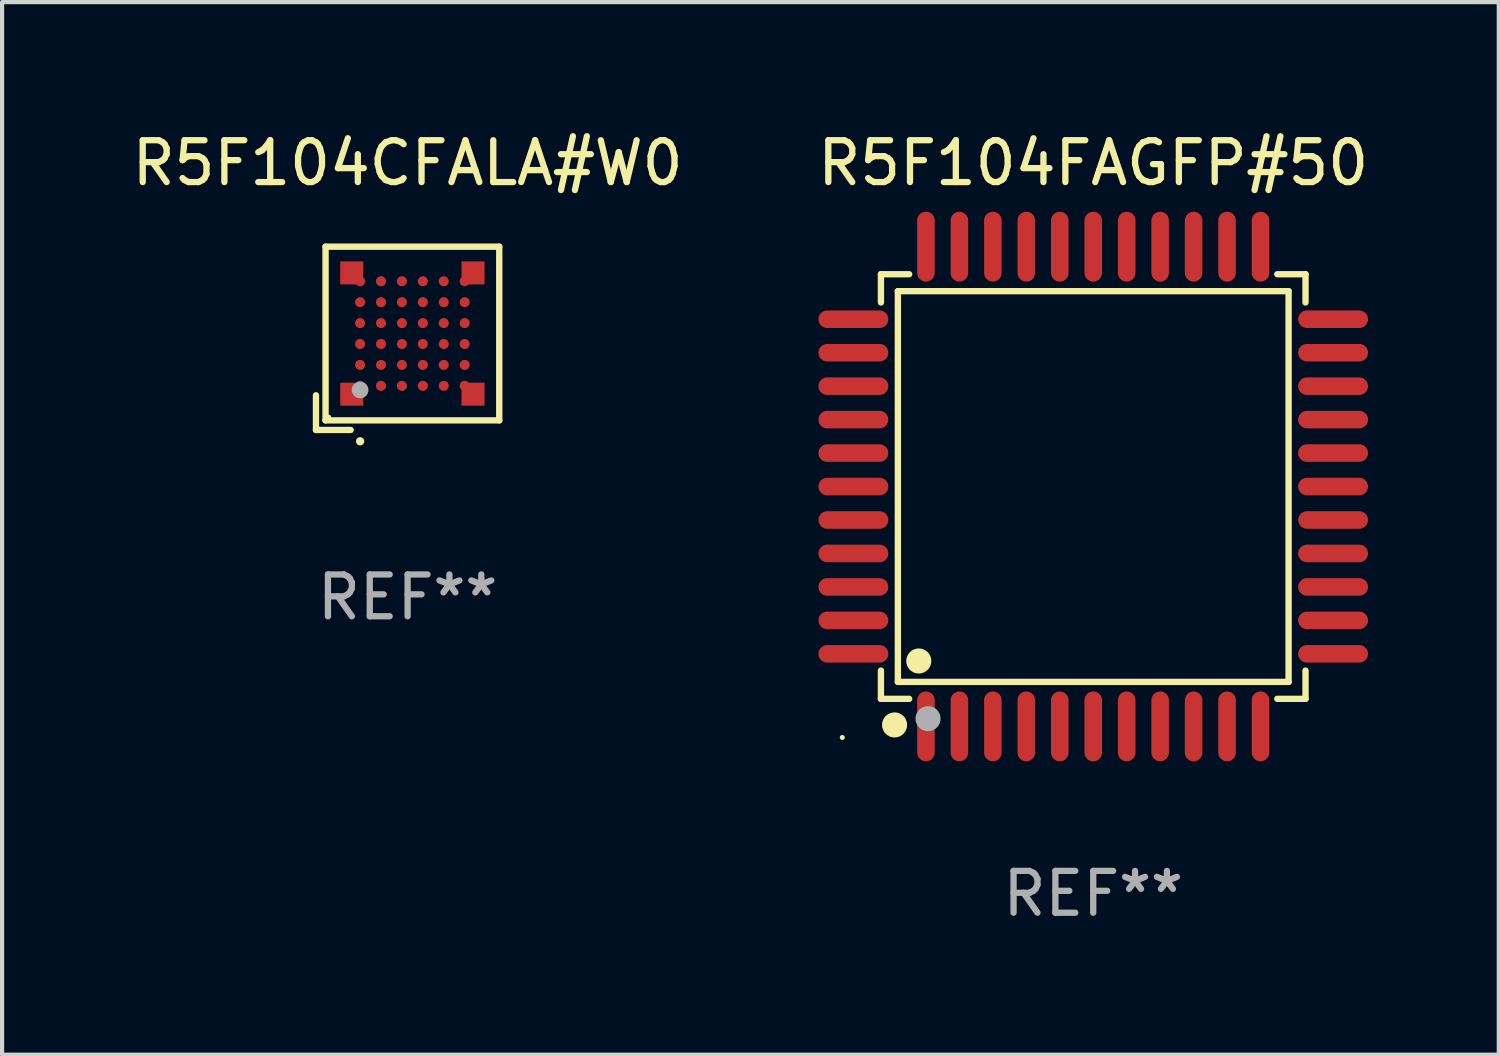
<source format=kicad_pcb>
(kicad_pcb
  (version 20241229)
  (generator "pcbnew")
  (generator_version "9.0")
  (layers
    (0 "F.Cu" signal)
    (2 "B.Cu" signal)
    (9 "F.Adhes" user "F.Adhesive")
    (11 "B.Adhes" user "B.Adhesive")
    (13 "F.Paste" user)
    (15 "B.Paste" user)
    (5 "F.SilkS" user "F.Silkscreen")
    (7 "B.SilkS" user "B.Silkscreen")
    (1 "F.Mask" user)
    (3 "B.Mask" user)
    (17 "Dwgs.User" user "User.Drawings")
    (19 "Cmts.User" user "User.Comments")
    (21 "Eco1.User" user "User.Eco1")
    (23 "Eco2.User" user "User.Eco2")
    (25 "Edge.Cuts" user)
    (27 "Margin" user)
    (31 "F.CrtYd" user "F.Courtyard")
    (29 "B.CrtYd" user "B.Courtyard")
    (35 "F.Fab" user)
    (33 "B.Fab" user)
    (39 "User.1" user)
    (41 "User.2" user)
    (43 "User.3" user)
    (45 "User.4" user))
  (footprint "R5F104FAGFP#50"
    (layer "F.Cu")
    (at 23.089 8.583)
    (property "Reference" "R5F104FAGFP#50" (at 0 -7.735 0) (layer "F.SilkS") (effects (font (size 1 1) (thickness 0.15))))
    (attr through_hole)
    (fp_line (start -5.076 -5.076) (end -4.401 -5.076) (stroke (width 0.152) (type solid)) (layer "F.SilkS"))
    (fp_line (start -5.076 -4.401) (end -5.076 -5.076) (stroke (width 0.152) (type solid)) (layer "F.SilkS"))
    (fp_line (start -5.076 4.401) (end -5.076 5.076) (stroke (width 0.152) (type solid)) (layer "F.SilkS"))
    (fp_line (start -5.076 5.076) (end -4.401 5.076) (stroke (width 0.152) (type solid)) (layer "F.SilkS"))
    (fp_line (start -4.671 -4.671) (end 4.671 -4.671) (stroke (width 0.152) (type solid)) (layer "F.SilkS"))
    (fp_line (start -4.671 4.671) (end -4.671 -4.671) (stroke (width 0.152) (type solid)) (layer "F.SilkS"))
    (fp_line (start 4.671 -4.671) (end 4.671 4.671) (stroke (width 0.152) (type solid)) (layer "F.SilkS"))
    (fp_line (start 4.671 4.671) (end -4.671 4.671) (stroke (width 0.152) (type solid)) (layer "F.SilkS"))
    (fp_line (start 5.076 -5.076) (end 4.401 -5.076) (stroke (width 0.152) (type solid)) (layer "F.SilkS"))
    (fp_line (start 5.076 -4.401) (end 5.076 -5.076) (stroke (width 0.152) (type solid)) (layer "F.SilkS"))
    (fp_line (start 5.076 4.401) (end 5.076 5.076) (stroke (width 0.152) (type solid)) (layer "F.SilkS"))
    (fp_line (start 5.076 5.076) (end 4.401 5.076) (stroke (width 0.152) (type solid)) (layer "F.SilkS"))
    (fp_circle (center -6 6) (end -5.97 6) (stroke (width 0.06) (type solid)) (fill no) (layer "F.SilkS"))
    (fp_circle (center -4.75 5.7) (end -4.6 5.7) (stroke (width 0.3) (type solid)) (fill no) (layer "F.SilkS"))
    (fp_circle (center -4.171 4.171) (end -4.021 4.171) (stroke (width 0.3) (type solid)) (fill no) (layer "F.SilkS"))
    (fp_circle (center -3.95 5.55) (end -3.8 5.55) (stroke (width 0.3) (type solid)) (fill no) (layer "F.Fab"))
    (fp_text user "REF**" (at 0 9.735 0) (layer "F.Fab") (effects (font (size 1 1) (thickness 0.15))))
    (pad "1" smd oval (at -4 5.735) (size 0.42 1.67) (layers "F.Cu" "F.Mask" "F.Paste"))
    (pad "2" smd oval (at -3.2 5.735) (size 0.42 1.67) (layers "F.Cu" "F.Mask" "F.Paste"))
    (pad "3" smd oval (at -2.4 5.735) (size 0.42 1.67) (layers "F.Cu" "F.Mask" "F.Paste"))
    (pad "4" smd oval (at -1.6 5.735) (size 0.42 1.67) (layers "F.Cu" "F.Mask" "F.Paste"))
    (pad "5" smd oval (at -0.8 5.735) (size 0.42 1.67) (layers "F.Cu" "F.Mask" "F.Paste"))
    (pad "6" smd oval (at 0 5.735) (size 0.42 1.67) (layers "F.Cu" "F.Mask" "F.Paste"))
    (pad "7" smd oval (at 0.8 5.735) (size 0.42 1.67) (layers "F.Cu" "F.Mask" "F.Paste"))
    (pad "8" smd oval (at 1.6 5.735) (size 0.42 1.67) (layers "F.Cu" "F.Mask" "F.Paste"))
    (pad "9" smd oval (at 2.4 5.735) (size 0.42 1.67) (layers "F.Cu" "F.Mask" "F.Paste"))
    (pad "10" smd oval (at 3.2 5.735) (size 0.42 1.67) (layers "F.Cu" "F.Mask" "F.Paste"))
    (pad "11" smd oval (at 4 5.735) (size 0.42 1.67) (layers "F.Cu" "F.Mask" "F.Paste"))
    (pad "12" smd oval (at 5.735 4) (size 1.67 0.42) (layers "F.Cu" "F.Mask" "F.Paste"))
    (pad "13" smd oval (at 5.735 3.2) (size 1.67 0.42) (layers "F.Cu" "F.Mask" "F.Paste"))
    (pad "14" smd oval (at 5.735 2.4) (size 1.67 0.42) (layers "F.Cu" "F.Mask" "F.Paste"))
    (pad "15" smd oval (at 5.735 1.6) (size 1.67 0.42) (layers "F.Cu" "F.Mask" "F.Paste"))
    (pad "16" smd oval (at 5.735 0.8) (size 1.67 0.42) (layers "F.Cu" "F.Mask" "F.Paste"))
    (pad "17" smd oval (at 5.735 0) (size 1.67 0.42) (layers "F.Cu" "F.Mask" "F.Paste"))
    (pad "18" smd oval (at 5.735 -0.8) (size 1.67 0.42) (layers "F.Cu" "F.Mask" "F.Paste"))
    (pad "19" smd oval (at 5.735 -1.6) (size 1.67 0.42) (layers "F.Cu" "F.Mask" "F.Paste"))
    (pad "20" smd oval (at 5.735 -2.4) (size 1.67 0.42) (layers "F.Cu" "F.Mask" "F.Paste"))
    (pad "21" smd oval (at 5.735 -3.2) (size 1.67 0.42) (layers "F.Cu" "F.Mask" "F.Paste"))
    (pad "22" smd oval (at 5.735 -4) (size 1.67 0.42) (layers "F.Cu" "F.Mask" "F.Paste"))
    (pad "23" smd oval (at 4 -5.735) (size 0.42 1.67) (layers "F.Cu" "F.Mask" "F.Paste"))
    (pad "24" smd oval (at 3.2 -5.735) (size 0.42 1.67) (layers "F.Cu" "F.Mask" "F.Paste"))
    (pad "25" smd oval (at 2.4 -5.735) (size 0.42 1.67) (layers "F.Cu" "F.Mask" "F.Paste"))
    (pad "26" smd oval (at 1.6 -5.735) (size 0.42 1.67) (layers "F.Cu" "F.Mask" "F.Paste"))
    (pad "27" smd oval (at 0.8 -5.735) (size 0.42 1.67) (layers "F.Cu" "F.Mask" "F.Paste"))
    (pad "28" smd oval (at 0 -5.735) (size 0.42 1.67) (layers "F.Cu" "F.Mask" "F.Paste"))
    (pad "29" smd oval (at -0.8 -5.735) (size 0.42 1.67) (layers "F.Cu" "F.Mask" "F.Paste"))
    (pad "30" smd oval (at -1.6 -5.735) (size 0.42 1.67) (layers "F.Cu" "F.Mask" "F.Paste"))
    (pad "31" smd oval (at -2.4 -5.735) (size 0.42 1.67) (layers "F.Cu" "F.Mask" "F.Paste"))
    (pad "32" smd oval (at -3.2 -5.735) (size 0.42 1.67) (layers "F.Cu" "F.Mask" "F.Paste"))
    (pad "33" smd oval (at -4 -5.735) (size 0.42 1.67) (layers "F.Cu" "F.Mask" "F.Paste"))
    (pad "34" smd oval (at -5.735 -4) (size 1.67 0.42) (layers "F.Cu" "F.Mask" "F.Paste"))
    (pad "35" smd oval (at -5.735 -3.2) (size 1.67 0.42) (layers "F.Cu" "F.Mask" "F.Paste"))
    (pad "36" smd oval (at -5.735 -2.4) (size 1.67 0.42) (layers "F.Cu" "F.Mask" "F.Paste"))
    (pad "37" smd oval (at -5.735 -1.6) (size 1.67 0.42) (layers "F.Cu" "F.Mask" "F.Paste"))
    (pad "38" smd oval (at -5.735 -0.8) (size 1.67 0.42) (layers "F.Cu" "F.Mask" "F.Paste"))
    (pad "39" smd oval (at -5.735 0) (size 1.67 0.42) (layers "F.Cu" "F.Mask" "F.Paste"))
    (pad "40" smd oval (at -5.735 0.8) (size 1.67 0.42) (layers "F.Cu" "F.Mask" "F.Paste"))
    (pad "41" smd oval (at -5.735 1.6) (size 1.67 0.42) (layers "F.Cu" "F.Mask" "F.Paste"))
    (pad "42" smd oval (at -5.735 2.4) (size 1.67 0.42) (layers "F.Cu" "F.Mask" "F.Paste"))
    (pad "43" smd oval (at -5.735 3.2) (size 1.67 0.42) (layers "F.Cu" "F.Mask" "F.Paste"))
    (pad "44" smd oval (at -5.735 4) (size 1.67 0.42) (layers "F.Cu" "F.Mask" "F.Paste")))
  (footprint "R5F104CFALA#W0"
    (layer "F.Cu")
    (at 6.696 5.039)
    (property "Reference" "R5F104CFALA#W0" (at 0 -4.191 0) (layer "F.SilkS") (effects (font (size 1 1) (thickness 0.15))))
    (attr through_hole)
    (fp_line (start -2.191 1.362) (end -2.191 2.191) (stroke (width 0.152) (type solid)) (layer "F.SilkS"))
    (fp_line (start -2.191 2.191) (end -1.362 2.191) (stroke (width 0.152) (type solid)) (layer "F.SilkS"))
    (fp_line (start -1.962 -2.191) (end 2.191 -2.191) (stroke (width 0.152) (type solid)) (layer "F.SilkS"))
    (fp_line (start -1.962 1.962) (end -1.962 -2.191) (stroke (width 0.152) (type solid)) (layer "F.SilkS"))
    (fp_line (start 2.191 -2.191) (end 2.191 1.962) (stroke (width 0.152) (type solid)) (layer "F.SilkS"))
    (fp_line (start 2.191 1.962) (end -1.962 1.962) (stroke (width 0.152) (type solid)) (layer "F.SilkS"))
    (fp_circle (center -1.886 1.886) (end -1.856 1.886) (stroke (width 0.06) (type solid)) (fill no) (layer "F.SilkS"))
    (fp_circle (center -1.136 2.462) (end -1.086 2.462) (stroke (width 0.1) (type solid)) (fill no) (layer "F.SilkS"))
    (fp_circle (center -1.136 1.236) (end -1.036 1.236) (stroke (width 0.2) (type solid)) (fill no) (layer "F.Fab"))
    (fp_text user "REF**" (at 0 6.191 0) (layer "F.Fab") (effects (font (size 1 1) (thickness 0.15))))
    (pad "A1" smd rect (at -1.336 1.336) (size 0.55 0.55) (layers "F.Cu" "F.Mask" "F.Paste"))
    (pad "A1" smd circle (at -1.136 1.136) (size 0.24 0.24) (layers "F.Cu" "F.Mask" "F.Paste"))
    (pad "A2" smd circle (at -1.136 0.636) (size 0.24 0.24) (layers "F.Cu" "F.Mask" "F.Paste"))
    (pad "A3" smd circle (at -1.136 0.136) (size 0.24 0.24) (layers "F.Cu" "F.Mask" "F.Paste"))
    (pad "A4" smd circle (at -1.136 -0.364) (size 0.24 0.24) (layers "F.Cu" "F.Mask" "F.Paste"))
    (pad "A5" smd circle (at -1.136 -0.864) (size 0.24 0.24) (layers "F.Cu" "F.Mask" "F.Paste"))
    (pad "A6" smd rect (at -1.336 -1.564) (size 0.55 0.55) (layers "F.Cu" "F.Mask" "F.Paste"))
    (pad "A6" smd circle (at -1.136 -1.364) (size 0.24 0.24) (layers "F.Cu" "F.Mask" "F.Paste"))
    (pad "B1" smd circle (at -0.636 1.136) (size 0.24 0.24) (layers "F.Cu" "F.Mask" "F.Paste"))
    (pad "B2" smd circle (at -0.636 0.636) (size 0.24 0.24) (layers "F.Cu" "F.Mask" "F.Paste"))
    (pad "B3" smd circle (at -0.636 0.136) (size 0.24 0.24) (layers "F.Cu" "F.Mask" "F.Paste"))
    (pad "B4" smd circle (at -0.636 -0.364) (size 0.24 0.24) (layers "F.Cu" "F.Mask" "F.Paste"))
    (pad "B5" smd circle (at -0.636 -0.864) (size 0.24 0.24) (layers "F.Cu" "F.Mask" "F.Paste"))
    (pad "B6" smd circle (at -0.636 -1.364) (size 0.24 0.24) (layers "F.Cu" "F.Mask" "F.Paste"))
    (pad "C1" smd circle (at -0.136 1.136) (size 0.24 0.24) (layers "F.Cu" "F.Mask" "F.Paste"))
    (pad "C2" smd circle (at -0.136 0.636) (size 0.24 0.24) (layers "F.Cu" "F.Mask" "F.Paste"))
    (pad "C3" smd circle (at -0.136 0.136) (size 0.24 0.24) (layers "F.Cu" "F.Mask" "F.Paste"))
    (pad "C4" smd circle (at -0.136 -0.364) (size 0.24 0.24) (layers "F.Cu" "F.Mask" "F.Paste"))
    (pad "C5" smd circle (at -0.136 -0.864) (size 0.24 0.24) (layers "F.Cu" "F.Mask" "F.Paste"))
    (pad "C6" smd circle (at -0.136 -1.364) (size 0.24 0.24) (layers "F.Cu" "F.Mask" "F.Paste"))
    (pad "D1" smd circle (at 0.364 1.136) (size 0.24 0.24) (layers "F.Cu" "F.Mask" "F.Paste"))
    (pad "D2" smd circle (at 0.364 0.636) (size 0.24 0.24) (layers "F.Cu" "F.Mask" "F.Paste"))
    (pad "D3" smd circle (at 0.364 0.136) (size 0.24 0.24) (layers "F.Cu" "F.Mask" "F.Paste"))
    (pad "D4" smd circle (at 0.364 -0.364) (size 0.24 0.24) (layers "F.Cu" "F.Mask" "F.Paste"))
    (pad "D5" smd circle (at 0.364 -0.864) (size 0.24 0.24) (layers "F.Cu" "F.Mask" "F.Paste"))
    (pad "D6" smd circle (at 0.364 -1.364) (size 0.24 0.24) (layers "F.Cu" "F.Mask" "F.Paste"))
    (pad "E1" smd circle (at 0.864 1.136) (size 0.24 0.24) (layers "F.Cu" "F.Mask" "F.Paste"))
    (pad "E2" smd circle (at 0.864 0.636) (size 0.24 0.24) (layers "F.Cu" "F.Mask" "F.Paste"))
    (pad "E3" smd circle (at 0.864 0.136) (size 0.24 0.24) (layers "F.Cu" "F.Mask" "F.Paste"))
    (pad "E4" smd circle (at 0.864 -0.364) (size 0.24 0.24) (layers "F.Cu" "F.Mask" "F.Paste"))
    (pad "E5" smd circle (at 0.864 -0.864) (size 0.24 0.24) (layers "F.Cu" "F.Mask" "F.Paste"))
    (pad "E6" smd circle (at 0.864 -1.364) (size 0.24 0.24) (layers "F.Cu" "F.Mask" "F.Paste"))
    (pad "F1" smd circle (at 1.364 1.136) (size 0.24 0.24) (layers "F.Cu" "F.Mask" "F.Paste"))
    (pad "F1" smd rect (at 1.564 1.336) (size 0.55 0.55) (layers "F.Cu" "F.Mask" "F.Paste"))
    (pad "F2" smd circle (at 1.364 0.636) (size 0.24 0.24) (layers "F.Cu" "F.Mask" "F.Paste"))
    (pad "F3" smd circle (at 1.364 0.136) (size 0.24 0.24) (layers "F.Cu" "F.Mask" "F.Paste"))
    (pad "F4" smd circle (at 1.364 -0.364) (size 0.24 0.24) (layers "F.Cu" "F.Mask" "F.Paste"))
    (pad "F5" smd circle (at 1.364 -0.864) (size 0.24 0.24) (layers "F.Cu" "F.Mask" "F.Paste"))
    (pad "F6" smd circle (at 1.364 -1.364) (size 0.24 0.24) (layers "F.Cu" "F.Mask" "F.Paste"))
    (pad "F6" smd rect (at 1.564 -1.564) (size 0.55 0.55) (layers "F.Cu" "F.Mask" "F.Paste")))
  (gr_rect
    (start -3 -3)
    (end 32.786 22.167)
    (stroke (width 0.1) (type default))
    (fill no)
    (layer "Edge.Cuts")))
</source>
